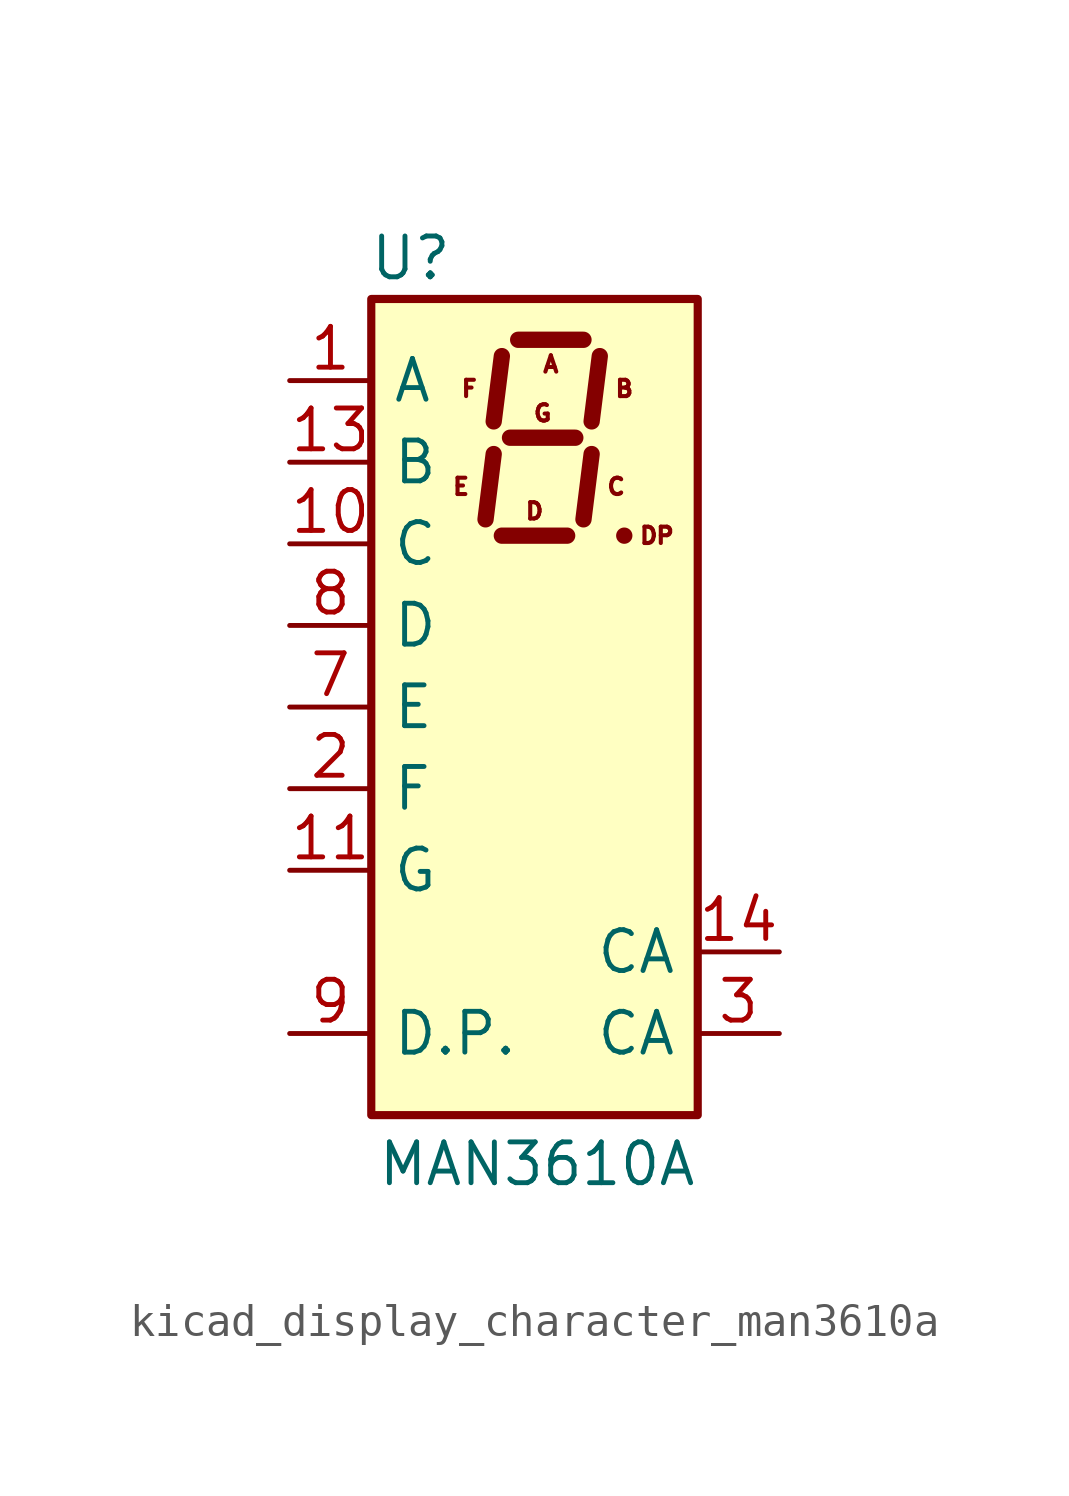
<source format=kicad_sym>
(kicad_symbol_lib
  (version 20220914)
  (generator kicad_symbol_editor)
  (symbol "kicad_display_character_man3610a"
    (pin_names
      (offset 0.635))
    (property "Reference" "U"
      (at -2.54 13.97 0)
      (effects (font (size 1.27 1.27)) (justify right)))
    (property "Value" "MAN3610A"
      (at 5.08 -14.224 0)
      (effects (font (size 1.27 1.27)) (justify right)))
    (symbol "kicad_display_character_man3610a_0_0"
      (text "A" (at 0.508 10.668 0) (effects (font (size 0.508 0.508))))
      (text "B" (at 2.794 9.906 0) (effects (font (size 0.508 0.508))))
      (text "C" (at 2.54 6.858 0) (effects (font (size 0.508 0.508))))
      (text "D" (at 0 6.096 0) (effects (font (size 0.508 0.508))))
      (text "DP" (at 3.81 5.334 0) (effects (font (size 0.508 0.508))))
      (text "E" (at -2.286 6.858 0) (effects (font (size 0.508 0.508))))
      (text "F" (at -2.032 9.906 0) (effects (font (size 0.508 0.508))))
      (text "G" (at 0.254 9.144 0) (effects (font (size 0.508 0.508)))))
    (symbol "kicad_display_character_man3610a_0_1"
      (rectangle (start -5.08 12.7) (end 5.08 -12.7) (stroke (width 0.254) (type default)) (fill (type background)))
      (polyline (pts (xy -1.27 7.874) (xy -1.524 5.842)) (stroke (width 0.508) (type default)) (fill (type none)))
      (polyline (pts (xy -1.016 5.334) (xy 1.016 5.334)) (stroke (width 0.508) (type default)) (fill (type none)))
      (polyline (pts (xy -1.016 10.922) (xy -1.27 8.89)) (stroke (width 0.508) (type default)) (fill (type none)))
      (polyline (pts (xy -0.762 8.382) (xy 1.27 8.382)) (stroke (width 0.508) (type default)) (fill (type none)))
      (polyline (pts (xy -0.508 11.43) (xy 1.524 11.43)) (stroke (width 0.508) (type default)) (fill (type none)))
      (polyline (pts (xy 1.778 7.874) (xy 1.524 5.842)) (stroke (width 0.508) (type default)) (fill (type none)))
      (polyline (pts (xy 2.032 10.922) (xy 1.778 8.89)) (stroke (width 0.508) (type default)) (fill (type none)))
      (polyline (pts (xy 2.794 5.334) (xy 2.794 5.334)) (stroke (width 0.508) (type default)) (fill (type none))))
    (symbol "kicad_display_character_man3610a_1_1"
      (pin input line (at -7.62 10.16 0) (length 2.54) (name "A" (effects (font (size 1.27 1.27)))) (number "1" (effects (font (size 1.27 1.27)))))
      (pin input line (at -7.62 5.08 0) (length 2.54) (name "C" (effects (font (size 1.27 1.27)))) (number "10" (effects (font (size 1.27 1.27)))))
      (pin input line (at -7.62 -5.08 0) (length 2.54) (name "G" (effects (font (size 1.27 1.27)))) (number "11" (effects (font (size 1.27 1.27)))))
      (pin no_connect line (at 5.08 -5.08 180) (length 2.54) hide (name "NC" (effects (font (size 1.27 1.27)))) (number "12" (effects (font (size 1.27 1.27)))))
      (pin input line (at -7.62 7.62 0) (length 2.54) (name "B" (effects (font (size 1.27 1.27)))) (number "13" (effects (font (size 1.27 1.27)))))
      (pin input line (at 7.62 -7.62 180) (length 2.54) (name "CA" (effects (font (size 1.27 1.27)))) (number "14" (effects (font (size 1.27 1.27)))))
      (pin input line (at -7.62 -2.54 0) (length 2.54) (name "F" (effects (font (size 1.27 1.27)))) (number "2" (effects (font (size 1.27 1.27)))))
      (pin input line (at 7.62 -10.16 180) (length 2.54) (name "CA" (effects (font (size 1.27 1.27)))) (number "3" (effects (font (size 1.27 1.27)))))
      (pin no_connect line (at 5.08 2.54 180) (length 2.54) hide (name "NC" (effects (font (size 1.27 1.27)))) (number "4" (effects (font (size 1.27 1.27)))))
      (pin no_connect line (at 5.08 0 180) (length 2.54) hide (name "NC" (effects (font (size 1.27 1.27)))) (number "5" (effects (font (size 1.27 1.27)))))
      (pin no_connect line (at 5.08 -2.54 180) (length 2.54) hide (name "NC" (effects (font (size 1.27 1.27)))) (number "6" (effects (font (size 1.27 1.27)))))
      (pin input line (at -7.62 0 0) (length 2.54) (name "E" (effects (font (size 1.27 1.27)))) (number "7" (effects (font (size 1.27 1.27)))))
      (pin input line (at -7.62 2.54 0) (length 2.54) (name "D" (effects (font (size 1.27 1.27)))) (number "8" (effects (font (size 1.27 1.27)))))
      (pin input line (at -7.62 -10.16 0) (length 2.54) (name "D.P." (effects (font (size 1.27 1.27)))) (number "9" (effects (font (size 1.27 1.27))))))))
</source>
